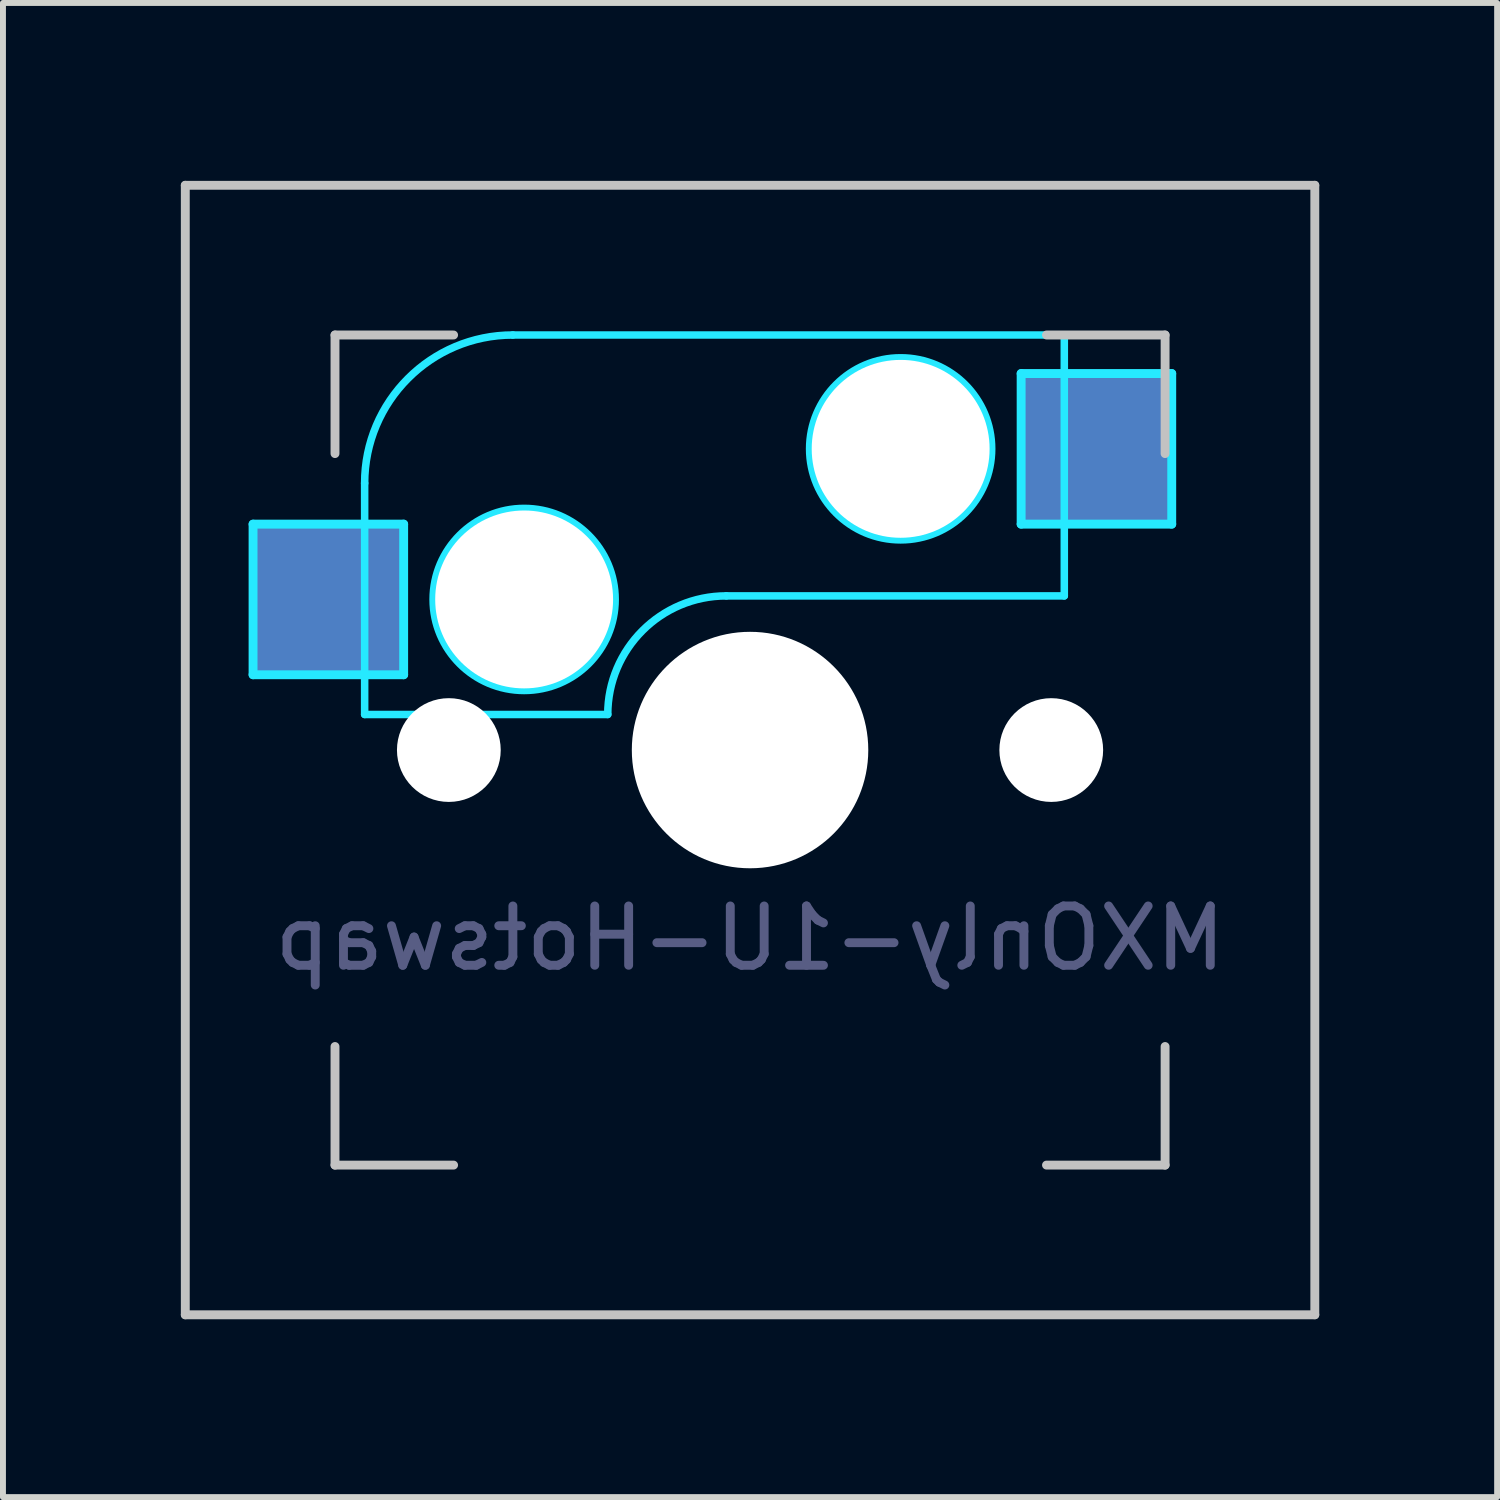
<source format=kicad_pcb>
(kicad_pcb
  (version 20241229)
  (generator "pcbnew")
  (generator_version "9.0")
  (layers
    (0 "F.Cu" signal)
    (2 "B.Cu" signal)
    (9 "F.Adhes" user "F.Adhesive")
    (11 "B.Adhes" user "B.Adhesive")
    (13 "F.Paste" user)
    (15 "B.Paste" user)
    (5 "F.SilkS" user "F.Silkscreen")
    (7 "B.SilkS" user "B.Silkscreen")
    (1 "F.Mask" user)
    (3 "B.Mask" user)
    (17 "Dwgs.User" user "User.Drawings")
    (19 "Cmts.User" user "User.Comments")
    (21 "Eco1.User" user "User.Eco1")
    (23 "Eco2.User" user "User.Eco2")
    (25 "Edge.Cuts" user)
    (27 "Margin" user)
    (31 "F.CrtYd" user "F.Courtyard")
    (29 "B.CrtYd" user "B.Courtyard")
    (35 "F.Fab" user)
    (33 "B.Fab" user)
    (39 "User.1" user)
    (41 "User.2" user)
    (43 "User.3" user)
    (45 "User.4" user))
  (footprint "MXOnly-1U-Hotswap"
    (layer "F.Cu")
    (at 9.6 9.6)
    (property "Reference" "MXOnly-1U-Hotswap" (at 0 3.175 0) (layer "B.Fab") (effects (font (size 1 1) (thickness 0.15)) (justify mirror)))
    (attr smd)
    (fp_line (start -9.525 -9.525) (end 9.525 -9.525) (stroke (width 0.15) (type solid)) (layer "Dwgs.User"))
    (fp_line (start -9.525 9.525) (end -9.525 -9.525) (stroke (width 0.15) (type solid)) (layer "Dwgs.User"))
    (fp_line (start -7 -7) (end -7 -5) (stroke (width 0.15) (type solid)) (layer "Dwgs.User"))
    (fp_line (start -7 5) (end -7 7) (stroke (width 0.15) (type solid)) (layer "Dwgs.User"))
    (fp_line (start -7 7) (end -5 7) (stroke (width 0.15) (type solid)) (layer "Dwgs.User"))
    (fp_line (start -5 -7) (end -7 -7) (stroke (width 0.15) (type solid)) (layer "Dwgs.User"))
    (fp_line (start 5 -7) (end 7 -7) (stroke (width 0.15) (type solid)) (layer "Dwgs.User"))
    (fp_line (start 5 7) (end 7 7) (stroke (width 0.15) (type solid)) (layer "Dwgs.User"))
    (fp_line (start 7 -7) (end 7 -5) (stroke (width 0.15) (type solid)) (layer "Dwgs.User"))
    (fp_line (start 7 7) (end 7 5) (stroke (width 0.15) (type solid)) (layer "Dwgs.User"))
    (fp_line (start 9.525 -9.525) (end 9.525 9.525) (stroke (width 0.15) (type solid)) (layer "Dwgs.User"))
    (fp_line (start 9.525 9.525) (end -9.525 9.525) (stroke (width 0.15) (type solid)) (layer "Dwgs.User"))
    (fp_line (start -8.382 -3.81) (end -8.382 -1.27) (stroke (width 0.15) (type solid)) (layer "B.CrtYd"))
    (fp_line (start -8.382 -1.27) (end -5.842 -1.27) (stroke (width 0.15) (type solid)) (layer "B.CrtYd"))
    (fp_line (start -6.5 -4.5) (end -6.5 -0.6) (stroke (width 0.127) (type solid)) (layer "B.CrtYd"))
    (fp_line (start -6.5 -0.6) (end -2.4 -0.6) (stroke (width 0.127) (type solid)) (layer "B.CrtYd"))
    (fp_line (start -5.842 -3.81) (end -8.382 -3.81) (stroke (width 0.15) (type solid)) (layer "B.CrtYd"))
    (fp_line (start -5.842 -1.27) (end -5.842 -3.81) (stroke (width 0.15) (type solid)) (layer "B.CrtYd"))
    (fp_line (start -0.4 -2.6) (end 5.3 -2.6) (stroke (width 0.127) (type solid)) (layer "B.CrtYd"))
    (fp_line (start 4.572 -6.35) (end 7.112 -6.35) (stroke (width 0.15) (type solid)) (layer "B.CrtYd"))
    (fp_line (start 4.572 -3.81) (end 4.572 -6.35) (stroke (width 0.15) (type solid)) (layer "B.CrtYd"))
    (fp_line (start 5.3 -7) (end -4 -7) (stroke (width 0.127) (type solid)) (layer "B.CrtYd"))
    (fp_line (start 5.3 -7) (end 5.3 -2.6) (stroke (width 0.127) (type solid)) (layer "B.CrtYd"))
    (fp_line (start 7.112 -6.35) (end 7.112 -3.81) (stroke (width 0.15) (type solid)) (layer "B.CrtYd"))
    (fp_line (start 7.112 -3.81) (end 4.572 -3.81) (stroke (width 0.15) (type solid)) (layer "B.CrtYd"))
    (fp_arc (start -6.5 -4.5) (mid -5.767767 -6.267767) (end -4 -7) (stroke (width 0.127) (type solid)) (layer "B.CrtYd"))
    (fp_arc (start -2.4 -0.6) (mid -1.814214 -2.014214) (end -0.4 -2.6) (stroke (width 0.127) (type solid)) (layer "B.CrtYd"))
    (fp_circle (center -3.81 -2.54) (end -3.81 -4.064) (stroke (width 0.15) (type solid)) (fill no) (layer "B.CrtYd"))
    (fp_circle (center 2.54 -5.08) (end 2.54 -6.604) (stroke (width 0.15) (type solid)) (fill no) (layer "B.CrtYd"))
    (pad "" np_thru_hole circle (at -5.08 0 48.1) (size 1.75 1.75) (drill 1.75) (layers "*.Cu" "*.Mask"))
    (pad "" np_thru_hole circle (at -3.81 -2.54) (size 3 3) (drill 3) (layers "*.Cu" "*.Mask"))
    (pad "" np_thru_hole circle (at 0 0) (size 3.988 3.988) (drill 3.988) (layers "*.Cu" "*.Mask"))
    (pad "" np_thru_hole circle (at 2.54 -5.08) (size 3 3) (drill 3) (layers "*.Cu" "*.Mask"))
    (pad "" np_thru_hole circle (at 5.08 0 48.1) (size 1.75 1.75) (drill 1.75) (layers "*.Cu" "*.Mask"))
    (pad "1" smd rect (at -7.085 -2.54) (size 2.55 2.5) (layers "B.Cu" "B.Mask" "B.Paste"))
    (pad "2" smd rect (at 5.842 -5.08) (size 2.55 2.5) (layers "B.Cu" "B.Mask" "B.Paste")))
  (gr_rect
    (start -3 -3)
    (end 22.2 22.2)
    (stroke (width 0.1) (type default))
    (fill no)
    (layer "Edge.Cuts")))
</source>
